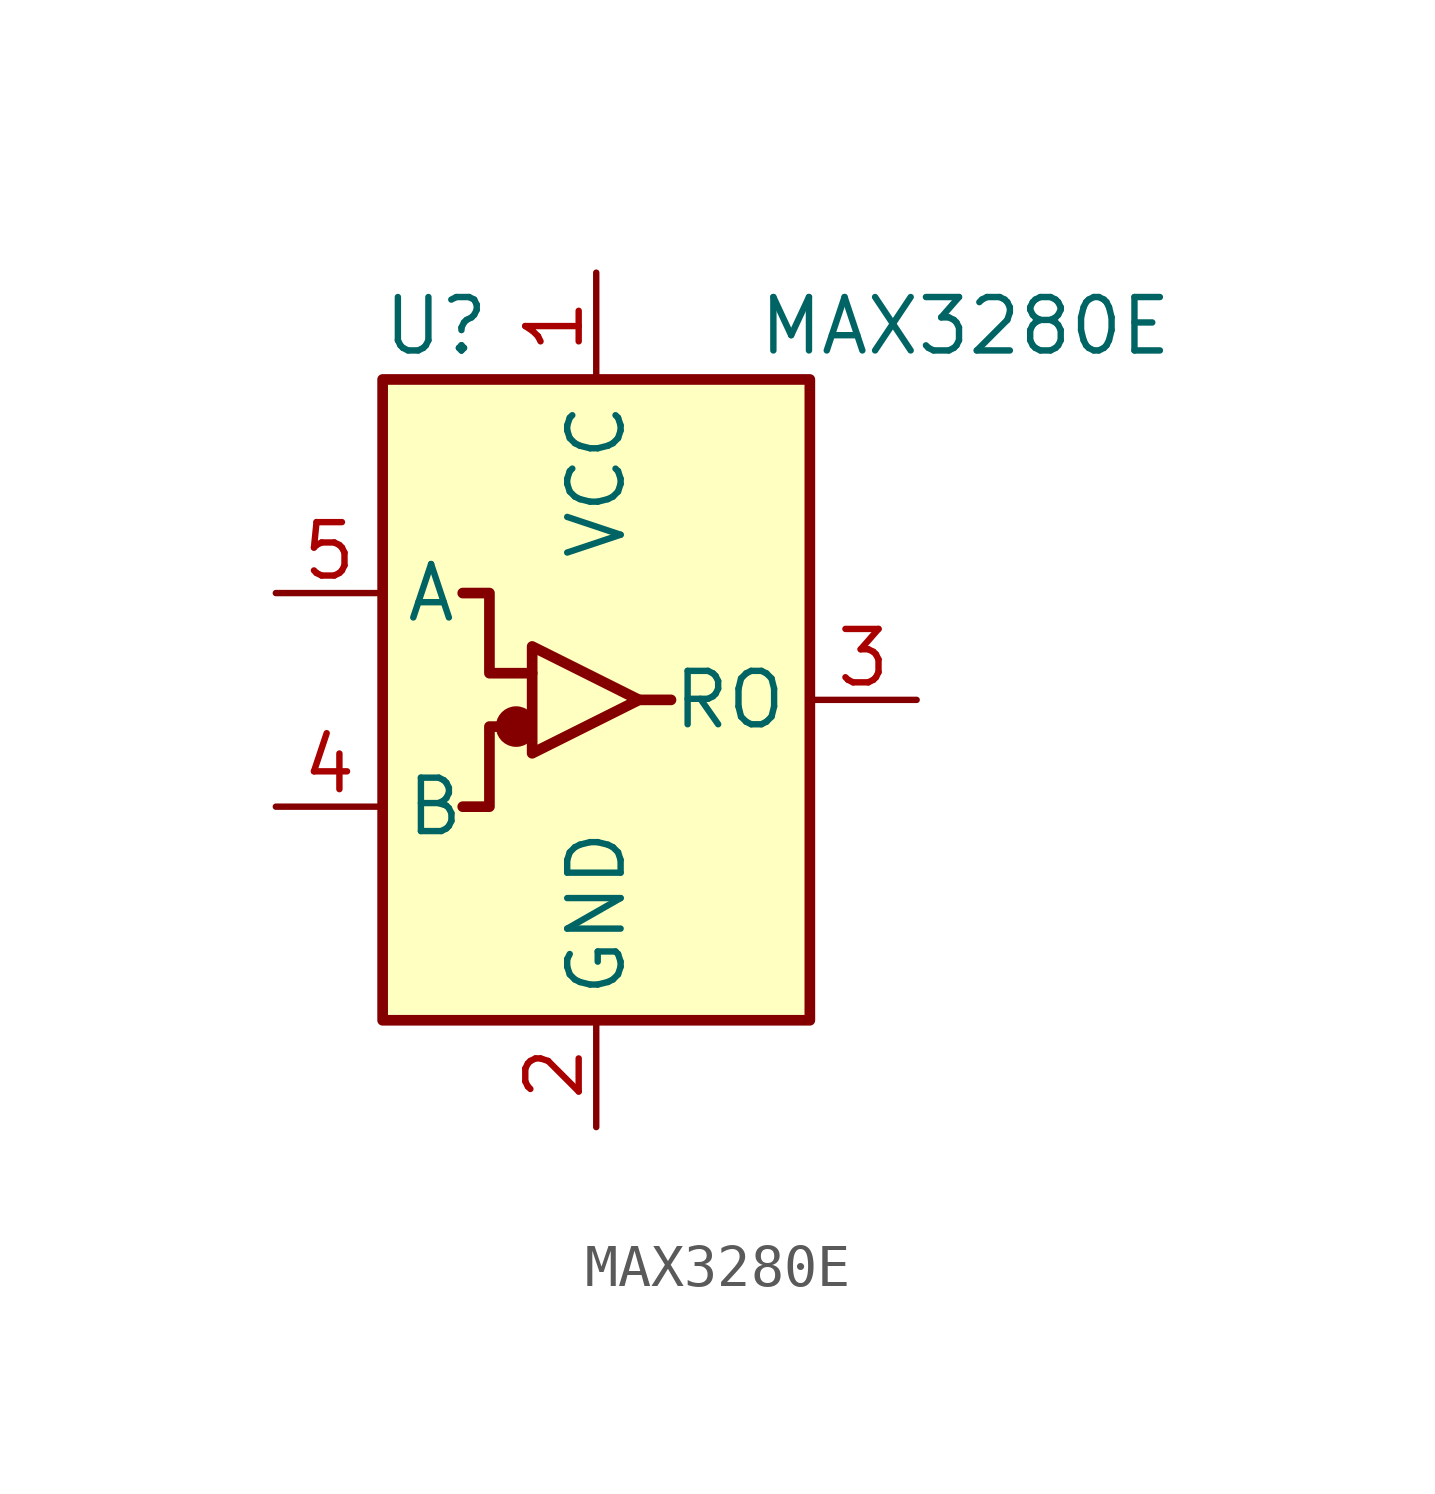
<source format=kicad_sym>
(kicad_symbol_lib
  (version 20241209)
  (generator "kicad_symbol_editor")
  (generator_version "9.0")
  (symbol "MAX3280E"
    (property "Reference" "U"
      (at -3.81 8.89 0)
      (effects (font (size 1.27 1.27))))
    (property "Value" "MAX3280E"
      (at 3.81 8.89 0)
      (effects (font (size 1.27 1.27)) (justify left)))
    (symbol "MAX3280E_0_1"
      (rectangle (start -5.08 7.62) (end 5.08 -7.62) (stroke (width 0.254) (type default)) (fill (type background)))
      (circle (center -1.905 -0.635) (radius 0.356) (stroke (width 0.254) (type default)) (fill (type outline)))
      (polyline (pts (xy -1.905 -0.635) (xy -2.54 -0.635) (xy -2.54 -2.54) (xy -3.175 -2.54)) (stroke (width 0.254) (type default)) (fill (type none)))
      (rectangle (start -1.524 0.635) (end -1.524 0.635) (stroke (width 0) (type default)) (fill (type none)))
      (polyline (pts (xy -1.524 0.635) (xy -2.54 0.635) (xy -2.54 2.54) (xy -3.175 2.54)) (stroke (width 0.254) (type default)) (fill (type none)))
      (polyline (pts (xy 1.016 0) (xy -1.524 1.27) (xy -1.524 -1.27) (xy 1.016 0)) (stroke (width 0.254) (type default)) (fill (type none)))
      (polyline (pts (xy 1.778 0) (xy 1.016 0)) (stroke (width 0.254) (type default)) (fill (type none))))
    (symbol "MAX3280E_1_1"
      (pin input line (at -7.62 2.54 0) (length 2.54) (name "A" (effects (font (size 1.27 1.27)))) (number "5" (effects (font (size 1.27 1.27)))))
      (pin input line (at -7.62 -2.54 0) (length 2.54) (name "B" (effects (font (size 1.27 1.27)))) (number "4" (effects (font (size 1.27 1.27)))))
      (pin power_in line (at 0 10.16 270) (length 2.54) (name "VCC" (effects (font (size 1.27 1.27)))) (number "1" (effects (font (size 1.27 1.27)))))
      (pin power_in line (at 0 -10.16 90) (length 2.54) (name "GND" (effects (font (size 1.27 1.27)))) (number "2" (effects (font (size 1.27 1.27)))))
      (pin output line (at 7.62 0 180) (length 2.54) (name "RO" (effects (font (size 1.27 1.27)))) (number "3" (effects (font (size 1.27 1.27))))))))
</source>
